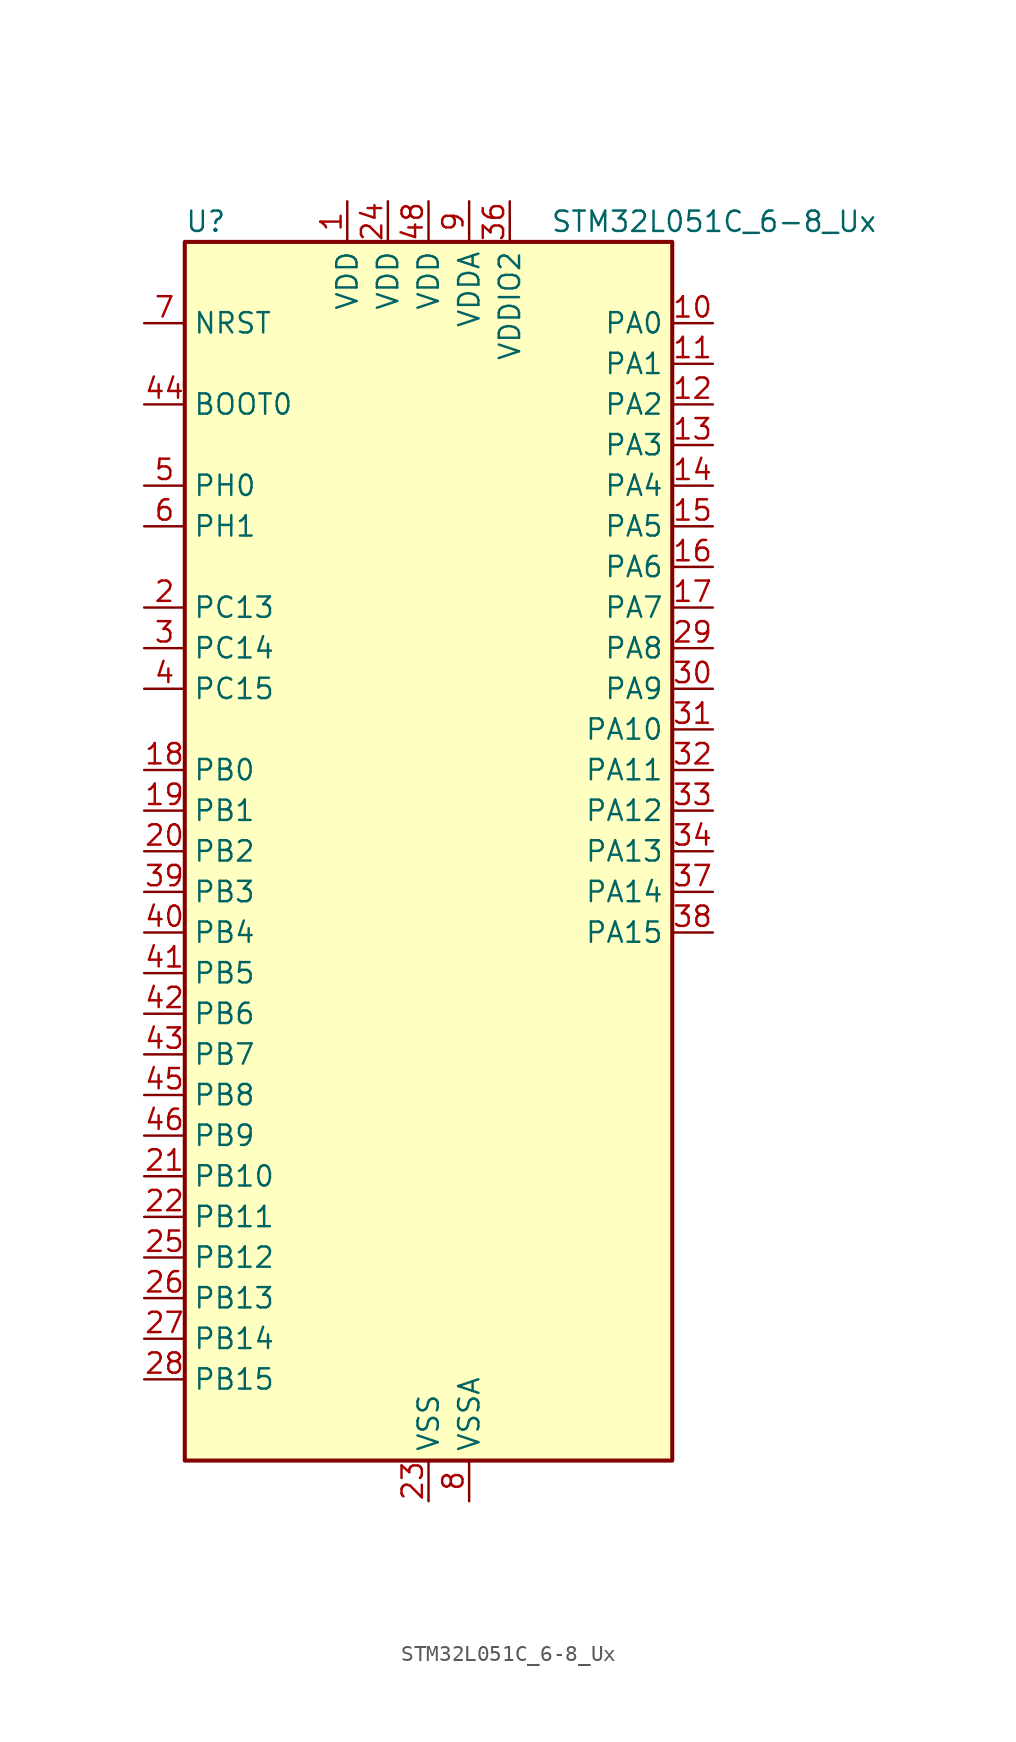
<source format=kicad_sym>
(kicad_symbol_lib
  (version 20241209)
  (generator "kicad_symbol_editor")
  (generator_version "9.0")
  (symbol "STM32L051C_6-8_Ux"
    (property "Reference" "U"
      (at -15.24 39.37 0)
      (effects (font (size 1.27 1.27)) (justify left)))
    (property "Value" "STM32L051C_6-8_Ux"
      (at 7.62 39.37 0)
      (effects (font (size 1.27 1.27)) (justify left)))
    (symbol "STM32L051C_6-8_Ux_0_1"
      (rectangle (start -15.24 -38.1) (end 15.24 38.1) (stroke (width 0.254) (type default)) (fill (type background))))
    (symbol "STM32L051C_6-8_Ux_1_1"
      (pin input line (at -17.78 33.02 0) (length 2.54) (name "NRST" (effects (font (size 1.27 1.27)))) (number "7" (effects (font (size 1.27 1.27)))))
      (pin input line (at -17.78 27.94 0) (length 2.54) (name "BOOT0" (effects (font (size 1.27 1.27)))) (number "44" (effects (font (size 1.27 1.27)))))
      (pin bidirectional line (at -17.78 22.86 0) (length 2.54) (name "PH0" (effects (font (size 1.27 1.27)))) (number "5" (effects (font (size 1.27 1.27)))) (alternate "RCC_OSC_IN" bidirectional line))
      (pin bidirectional line (at -17.78 20.32 0) (length 2.54) (name "PH1" (effects (font (size 1.27 1.27)))) (number "6" (effects (font (size 1.27 1.27)))) (alternate "RCC_OSC_OUT" bidirectional line))
      (pin bidirectional line (at -17.78 15.24 0) (length 2.54) (name "PC13" (effects (font (size 1.27 1.27)))) (number "2" (effects (font (size 1.27 1.27)))) (alternate "RTC_OUT_ALARM" bidirectional line) (alternate "RTC_OUT_CALIB" bidirectional line) (alternate "RTC_TAMP1" bidirectional line) (alternate "RTC_TS" bidirectional line) (alternate "SYS_WKUP2" bidirectional line))
      (pin bidirectional line (at -17.78 12.7 0) (length 2.54) (name "PC14" (effects (font (size 1.27 1.27)))) (number "3" (effects (font (size 1.27 1.27)))) (alternate "RCC_OSC32_IN" bidirectional line))
      (pin bidirectional line (at -17.78 10.16 0) (length 2.54) (name "PC15" (effects (font (size 1.27 1.27)))) (number "4" (effects (font (size 1.27 1.27)))) (alternate "RCC_OSC32_OUT" bidirectional line))
      (pin bidirectional line (at -17.78 5.08 0) (length 2.54) (name "PB0" (effects (font (size 1.27 1.27)))) (number "18" (effects (font (size 1.27 1.27)))) (alternate "ADC_IN8" bidirectional line) (alternate "SYS_VREF_OUT_PB0" bidirectional line))
      (pin bidirectional line (at -17.78 2.54 0) (length 2.54) (name "PB1" (effects (font (size 1.27 1.27)))) (number "19" (effects (font (size 1.27 1.27)))) (alternate "ADC_IN9" bidirectional line) (alternate "LPUART1_DE" bidirectional line) (alternate "LPUART1_RTS" bidirectional line) (alternate "SYS_VREF_OUT_PB1" bidirectional line))
      (pin bidirectional line (at -17.78 0 0) (length 2.54) (name "PB2" (effects (font (size 1.27 1.27)))) (number "20" (effects (font (size 1.27 1.27)))) (alternate "LPTIM1_OUT" bidirectional line))
      (pin bidirectional line (at -17.78 -2.54 0) (length 2.54) (name "PB3" (effects (font (size 1.27 1.27)))) (number "39" (effects (font (size 1.27 1.27)))) (alternate "COMP2_INM" bidirectional line) (alternate "SPI1_SCK" bidirectional line) (alternate "TIM2_CH2" bidirectional line))
      (pin bidirectional line (at -17.78 -5.08 0) (length 2.54) (name "PB4" (effects (font (size 1.27 1.27)))) (number "40" (effects (font (size 1.27 1.27)))) (alternate "COMP2_INP" bidirectional line) (alternate "SPI1_MISO" bidirectional line) (alternate "TIM22_CH1" bidirectional line))
      (pin bidirectional line (at -17.78 -7.62 0) (length 2.54) (name "PB5" (effects (font (size 1.27 1.27)))) (number "41" (effects (font (size 1.27 1.27)))) (alternate "COMP2_INP" bidirectional line) (alternate "I2C1_SMBA" bidirectional line) (alternate "LPTIM1_IN1" bidirectional line) (alternate "SPI1_MOSI" bidirectional line) (alternate "TIM22_CH2" bidirectional line))
      (pin bidirectional line (at -17.78 -10.16 0) (length 2.54) (name "PB6" (effects (font (size 1.27 1.27)))) (number "42" (effects (font (size 1.27 1.27)))) (alternate "COMP2_INP" bidirectional line) (alternate "I2C1_SCL" bidirectional line) (alternate "LPTIM1_ETR" bidirectional line) (alternate "USART1_TX" bidirectional line))
      (pin bidirectional line (at -17.78 -12.7 0) (length 2.54) (name "PB7" (effects (font (size 1.27 1.27)))) (number "43" (effects (font (size 1.27 1.27)))) (alternate "COMP2_INP" bidirectional line) (alternate "I2C1_SDA" bidirectional line) (alternate "LPTIM1_IN2" bidirectional line) (alternate "SYS_PVD_IN" bidirectional line) (alternate "USART1_RX" bidirectional line))
      (pin bidirectional line (at -17.78 -15.24 0) (length 2.54) (name "PB8" (effects (font (size 1.27 1.27)))) (number "45" (effects (font (size 1.27 1.27)))) (alternate "I2C1_SCL" bidirectional line))
      (pin bidirectional line (at -17.78 -17.78 0) (length 2.54) (name "PB9" (effects (font (size 1.27 1.27)))) (number "46" (effects (font (size 1.27 1.27)))) (alternate "I2C1_SDA" bidirectional line) (alternate "I2S2_WS" bidirectional line) (alternate "SPI2_NSS" bidirectional line))
      (pin bidirectional line (at -17.78 -20.32 0) (length 2.54) (name "PB10" (effects (font (size 1.27 1.27)))) (number "21" (effects (font (size 1.27 1.27)))) (alternate "I2C2_SCL" bidirectional line) (alternate "LPUART1_TX" bidirectional line) (alternate "SPI2_SCK" bidirectional line) (alternate "TIM2_CH3" bidirectional line))
      (pin bidirectional line (at -17.78 -22.86 0) (length 2.54) (name "PB11" (effects (font (size 1.27 1.27)))) (number "22" (effects (font (size 1.27 1.27)))) (alternate "ADC_EXTI11" bidirectional line) (alternate "I2C2_SDA" bidirectional line) (alternate "LPUART1_RX" bidirectional line) (alternate "TIM2_CH4" bidirectional line))
      (pin bidirectional line (at -17.78 -25.4 0) (length 2.54) (name "PB12" (effects (font (size 1.27 1.27)))) (number "25" (effects (font (size 1.27 1.27)))) (alternate "I2S2_WS" bidirectional line) (alternate "LPUART1_DE" bidirectional line) (alternate "LPUART1_RTS" bidirectional line) (alternate "SPI2_NSS" bidirectional line))
      (pin bidirectional line (at -17.78 -27.94 0) (length 2.54) (name "PB13" (effects (font (size 1.27 1.27)))) (number "26" (effects (font (size 1.27 1.27)))) (alternate "I2C2_SCL" bidirectional line) (alternate "I2S2_CK" bidirectional line) (alternate "LPUART1_CTS" bidirectional line) (alternate "SPI2_SCK" bidirectional line) (alternate "TIM21_CH1" bidirectional line))
      (pin bidirectional line (at -17.78 -30.48 0) (length 2.54) (name "PB14" (effects (font (size 1.27 1.27)))) (number "27" (effects (font (size 1.27 1.27)))) (alternate "I2C2_SDA" bidirectional line) (alternate "I2S2_MCK" bidirectional line) (alternate "LPUART1_DE" bidirectional line) (alternate "LPUART1_RTS" bidirectional line) (alternate "RTC_OUT_ALARM" bidirectional line) (alternate "RTC_OUT_CALIB" bidirectional line) (alternate "SPI2_MISO" bidirectional line) (alternate "TIM21_CH2" bidirectional line))
      (pin bidirectional line (at -17.78 -33.02 0) (length 2.54) (name "PB15" (effects (font (size 1.27 1.27)))) (number "28" (effects (font (size 1.27 1.27)))) (alternate "I2S2_SD" bidirectional line) (alternate "RTC_REFIN" bidirectional line) (alternate "SPI2_MOSI" bidirectional line))
      (pin power_in line (at -5.08 40.64 270) (length 2.54) (name "VDD" (effects (font (size 1.27 1.27)))) (number "1" (effects (font (size 1.27 1.27)))))
      (pin power_in line (at -2.54 40.64 270) (length 2.54) (name "VDD" (effects (font (size 1.27 1.27)))) (number "24" (effects (font (size 1.27 1.27)))))
      (pin power_in line (at 0 40.64 270) (length 2.54) (name "VDD" (effects (font (size 1.27 1.27)))) (number "48" (effects (font (size 1.27 1.27)))))
      (pin power_in line (at 0 -40.64 90) (length 2.54) (name "VSS" (effects (font (size 1.27 1.27)))) (number "23" (effects (font (size 1.27 1.27)))))
      (pin passive line (at 0 -40.64 90) (length 2.54) (hide yes) (name "VSS" (effects (font (size 1.27 1.27)))) (number "35" (effects (font (size 1.27 1.27)))))
      (pin passive line (at 0 -40.64 90) (length 2.54) (hide yes) (name "VSS" (effects (font (size 1.27 1.27)))) (number "47" (effects (font (size 1.27 1.27)))))
      (pin passive line (at 0 -40.64 90) (length 2.54) (hide yes) (name "VSS" (effects (font (size 1.27 1.27)))) (number "49" (effects (font (size 1.27 1.27)))))
      (pin power_in line (at 2.54 40.64 270) (length 2.54) (name "VDDA" (effects (font (size 1.27 1.27)))) (number "9" (effects (font (size 1.27 1.27)))))
      (pin power_in line (at 2.54 -40.64 90) (length 2.54) (name "VSSA" (effects (font (size 1.27 1.27)))) (number "8" (effects (font (size 1.27 1.27)))))
      (pin power_in line (at 5.08 40.64 270) (length 2.54) (name "VDDIO2" (effects (font (size 1.27 1.27)))) (number "36" (effects (font (size 1.27 1.27)))))
      (pin bidirectional line (at 17.78 33.02 180) (length 2.54) (name "PA0" (effects (font (size 1.27 1.27)))) (number "10" (effects (font (size 1.27 1.27)))) (alternate "ADC_IN0" bidirectional line) (alternate "COMP1_INM" bidirectional line) (alternate "COMP1_OUT" bidirectional line) (alternate "RTC_TAMP2" bidirectional line) (alternate "SYS_WKUP1" bidirectional line) (alternate "TIM2_CH1" bidirectional line) (alternate "TIM2_ETR" bidirectional line) (alternate "USART2_CTS" bidirectional line))
      (pin bidirectional line (at 17.78 30.48 180) (length 2.54) (name "PA1" (effects (font (size 1.27 1.27)))) (number "11" (effects (font (size 1.27 1.27)))) (alternate "ADC_IN1" bidirectional line) (alternate "COMP1_INP" bidirectional line) (alternate "TIM21_ETR" bidirectional line) (alternate "TIM2_CH2" bidirectional line) (alternate "USART2_DE" bidirectional line) (alternate "USART2_RTS" bidirectional line))
      (pin bidirectional line (at 17.78 27.94 180) (length 2.54) (name "PA2" (effects (font (size 1.27 1.27)))) (number "12" (effects (font (size 1.27 1.27)))) (alternate "ADC_IN2" bidirectional line) (alternate "COMP2_INM" bidirectional line) (alternate "COMP2_OUT" bidirectional line) (alternate "TIM21_CH1" bidirectional line) (alternate "TIM2_CH3" bidirectional line) (alternate "USART2_TX" bidirectional line))
      (pin bidirectional line (at 17.78 25.4 180) (length 2.54) (name "PA3" (effects (font (size 1.27 1.27)))) (number "13" (effects (font (size 1.27 1.27)))) (alternate "ADC_IN3" bidirectional line) (alternate "COMP2_INP" bidirectional line) (alternate "TIM21_CH2" bidirectional line) (alternate "TIM2_CH4" bidirectional line) (alternate "USART2_RX" bidirectional line))
      (pin bidirectional line (at 17.78 22.86 180) (length 2.54) (name "PA4" (effects (font (size 1.27 1.27)))) (number "14" (effects (font (size 1.27 1.27)))) (alternate "ADC_IN4" bidirectional line) (alternate "COMP1_INM" bidirectional line) (alternate "COMP2_INM" bidirectional line) (alternate "SPI1_NSS" bidirectional line) (alternate "TIM22_ETR" bidirectional line) (alternate "USART2_CK" bidirectional line))
      (pin bidirectional line (at 17.78 20.32 180) (length 2.54) (name "PA5" (effects (font (size 1.27 1.27)))) (number "15" (effects (font (size 1.27 1.27)))) (alternate "ADC_IN5" bidirectional line) (alternate "COMP1_INM" bidirectional line) (alternate "COMP2_INM" bidirectional line) (alternate "SPI1_SCK" bidirectional line) (alternate "TIM2_CH1" bidirectional line) (alternate "TIM2_ETR" bidirectional line))
      (pin bidirectional line (at 17.78 17.78 180) (length 2.54) (name "PA6" (effects (font (size 1.27 1.27)))) (number "16" (effects (font (size 1.27 1.27)))) (alternate "ADC_IN6" bidirectional line) (alternate "COMP1_OUT" bidirectional line) (alternate "LPUART1_CTS" bidirectional line) (alternate "SPI1_MISO" bidirectional line) (alternate "TIM22_CH1" bidirectional line))
      (pin bidirectional line (at 17.78 15.24 180) (length 2.54) (name "PA7" (effects (font (size 1.27 1.27)))) (number "17" (effects (font (size 1.27 1.27)))) (alternate "ADC_IN7" bidirectional line) (alternate "COMP2_OUT" bidirectional line) (alternate "SPI1_MOSI" bidirectional line) (alternate "TIM22_CH2" bidirectional line))
      (pin bidirectional line (at 17.78 12.7 180) (length 2.54) (name "PA8" (effects (font (size 1.27 1.27)))) (number "29" (effects (font (size 1.27 1.27)))) (alternate "RCC_MCO" bidirectional line) (alternate "USART1_CK" bidirectional line))
      (pin bidirectional line (at 17.78 10.16 180) (length 2.54) (name "PA9" (effects (font (size 1.27 1.27)))) (number "30" (effects (font (size 1.27 1.27)))) (alternate "RCC_MCO" bidirectional line) (alternate "USART1_TX" bidirectional line))
      (pin bidirectional line (at 17.78 7.62 180) (length 2.54) (name "PA10" (effects (font (size 1.27 1.27)))) (number "31" (effects (font (size 1.27 1.27)))) (alternate "USART1_RX" bidirectional line))
      (pin bidirectional line (at 17.78 5.08 180) (length 2.54) (name "PA11" (effects (font (size 1.27 1.27)))) (number "32" (effects (font (size 1.27 1.27)))) (alternate "ADC_EXTI11" bidirectional line) (alternate "COMP1_OUT" bidirectional line) (alternate "SPI1_MISO" bidirectional line) (alternate "USART1_CTS" bidirectional line))
      (pin bidirectional line (at 17.78 2.54 180) (length 2.54) (name "PA12" (effects (font (size 1.27 1.27)))) (number "33" (effects (font (size 1.27 1.27)))) (alternate "COMP2_OUT" bidirectional line) (alternate "SPI1_MOSI" bidirectional line) (alternate "USART1_DE" bidirectional line) (alternate "USART1_RTS" bidirectional line))
      (pin bidirectional line (at 17.78 0 180) (length 2.54) (name "PA13" (effects (font (size 1.27 1.27)))) (number "34" (effects (font (size 1.27 1.27)))) (alternate "SYS_SWDIO" bidirectional line))
      (pin bidirectional line (at 17.78 -2.54 180) (length 2.54) (name "PA14" (effects (font (size 1.27 1.27)))) (number "37" (effects (font (size 1.27 1.27)))) (alternate "SYS_SWCLK" bidirectional line) (alternate "USART2_TX" bidirectional line))
      (pin bidirectional line (at 17.78 -5.08 180) (length 2.54) (name "PA15" (effects (font (size 1.27 1.27)))) (number "38" (effects (font (size 1.27 1.27)))) (alternate "SPI1_NSS" bidirectional line) (alternate "TIM2_CH1" bidirectional line) (alternate "TIM2_ETR" bidirectional line) (alternate "USART2_RX" bidirectional line)))))
</source>
